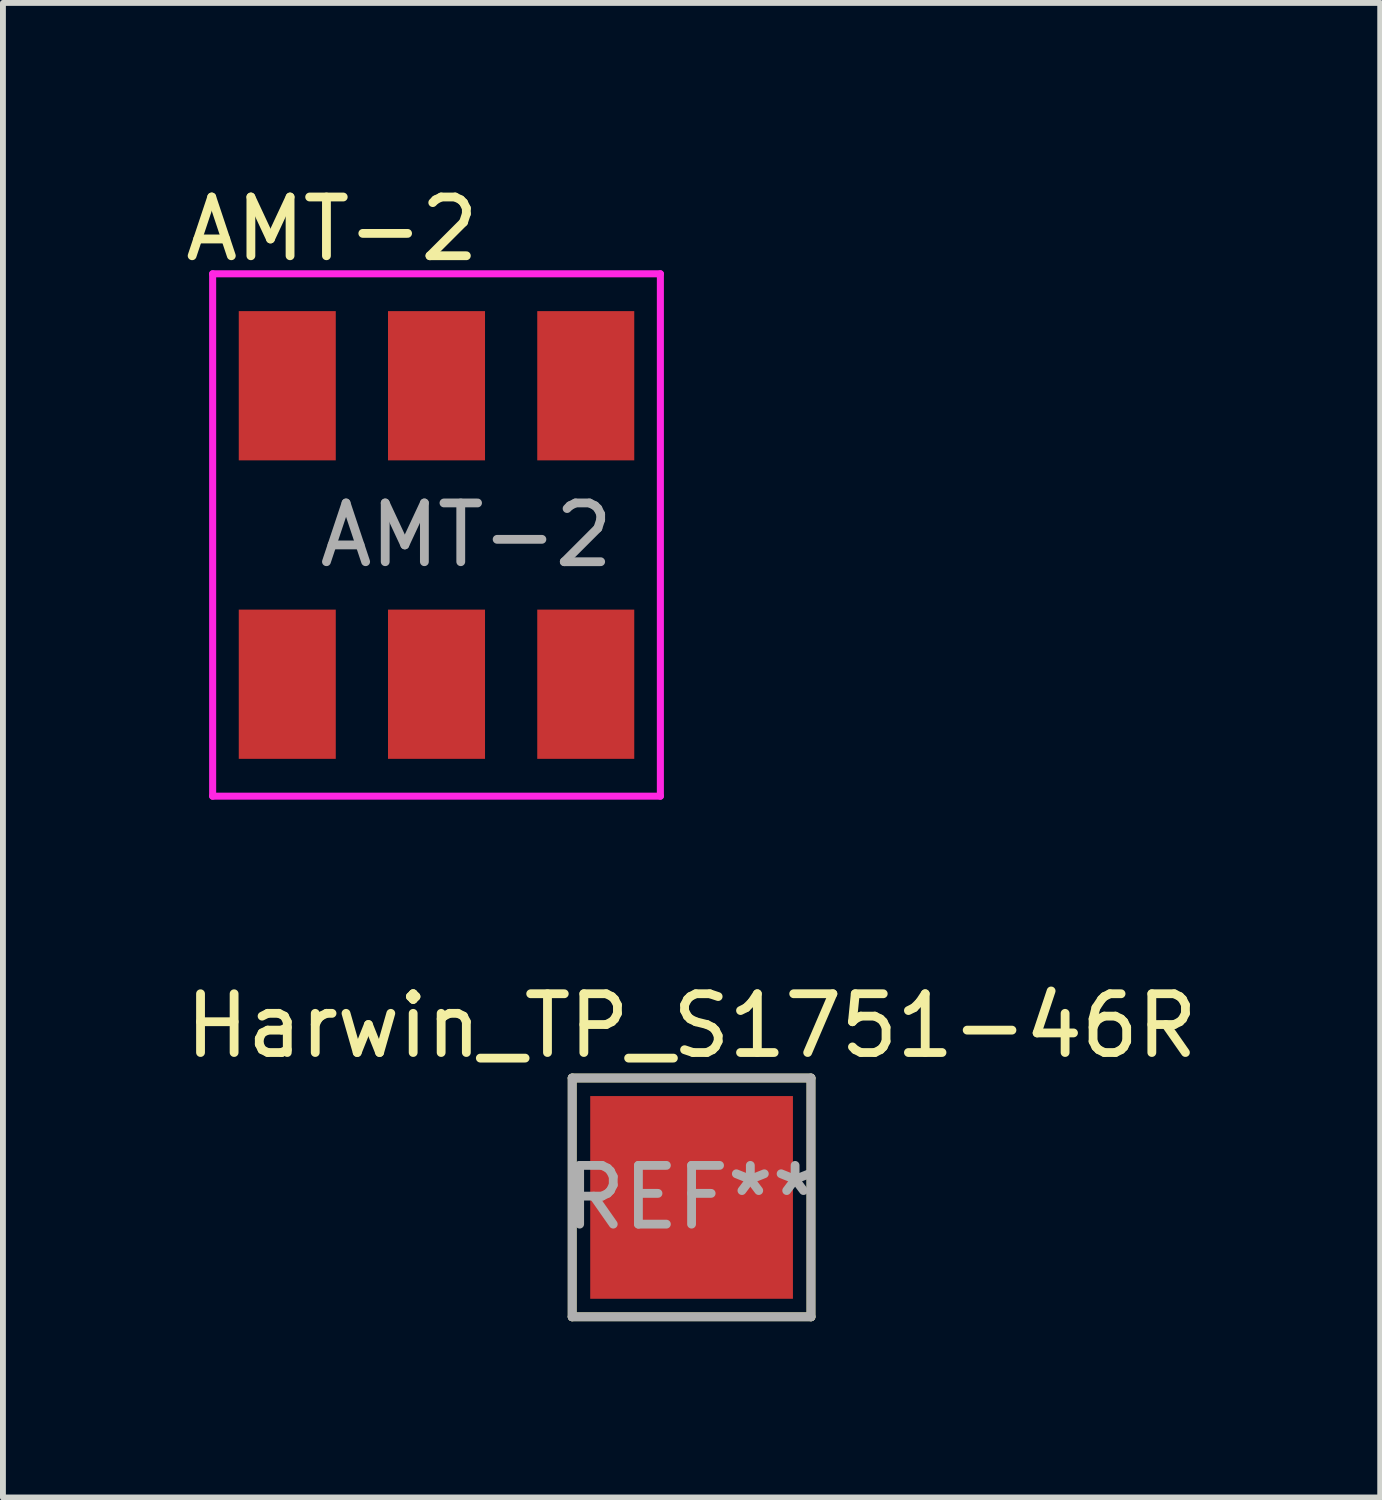
<source format=kicad_pcb>
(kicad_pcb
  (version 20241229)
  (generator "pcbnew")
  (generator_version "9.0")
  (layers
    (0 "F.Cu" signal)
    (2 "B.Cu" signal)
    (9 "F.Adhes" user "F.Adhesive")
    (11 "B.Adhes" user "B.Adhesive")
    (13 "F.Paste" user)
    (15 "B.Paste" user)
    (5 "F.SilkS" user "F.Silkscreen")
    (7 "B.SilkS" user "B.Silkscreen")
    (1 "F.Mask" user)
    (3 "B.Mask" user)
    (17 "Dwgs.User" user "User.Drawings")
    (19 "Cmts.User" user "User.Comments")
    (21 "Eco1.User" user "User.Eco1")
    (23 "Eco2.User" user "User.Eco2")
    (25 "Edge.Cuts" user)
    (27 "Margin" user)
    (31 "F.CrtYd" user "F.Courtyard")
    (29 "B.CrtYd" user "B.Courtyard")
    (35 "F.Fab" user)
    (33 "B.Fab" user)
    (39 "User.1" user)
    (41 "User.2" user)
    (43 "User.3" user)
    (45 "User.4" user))
  (footprint "Harwin_TP_S1751-46R"
    (layer "F.Cu")
    (at 8.72 17.329)
    (property "Reference" "Harwin_TP_S1751-46R" (at 0 -2.921 0) (layer "F.SilkS") (effects (font (size 1 1) (thickness 0.15))))
    (attr through_hole)
    (fp_line (start -2.032 -2.032) (end 2.032 -2.032) (stroke (width 0.15) (type solid)) (layer "F.SilkS"))
    (fp_line (start -2.032 2.032) (end -2.032 -2.032) (stroke (width 0.15) (type solid)) (layer "F.SilkS"))
    (fp_line (start 2.032 -2.032) (end 2.032 2.032) (stroke (width 0.15) (type solid)) (layer "F.SilkS"))
    (fp_line (start 2.032 2.032) (end -2.032 2.032) (stroke (width 0.15) (type solid)) (layer "F.SilkS"))
    (fp_line (start -2.032 -2.032) (end 2.032 -2.032) (stroke (width 0.15) (type solid)) (layer "F.Fab"))
    (fp_line (start -2.032 2.032) (end -2.032 -2.032) (stroke (width 0.15) (type solid)) (layer "F.Fab"))
    (fp_line (start 2.032 -2.032) (end 2.032 2.032) (stroke (width 0.15) (type solid)) (layer "F.Fab"))
    (fp_line (start 2.032 2.032) (end -2.032 2.032) (stroke (width 0.15) (type solid)) (layer "F.Fab"))
    (fp_text user "REF**" (at 0 0 0) (layer "F.Fab") (effects (font (size 1 1) (thickness 0.15))))
    (pad "1" smd rect (at 0 0) (size 3.45 3.45) (layers "F.Cu" "F.Mask" "F.Paste")))
  (footprint "AMT-2"
    (layer "F.Cu")
    (at 1.839 8.595)
    (property "Reference" "AMT-2" (at 0.762 -7.747 0) (layer "F.SilkS") (effects (font (size 1 1) (thickness 0.15))))
    (attr through_hole)
    (fp_line (start -1.27 -6.985) (end 6.35 -6.985) (stroke (width 0.12) (type solid)) (layer "F.CrtYd"))
    (fp_line (start -1.27 1.905) (end -1.27 -6.985) (stroke (width 0.12) (type solid)) (layer "F.CrtYd"))
    (fp_line (start 6.35 -6.985) (end 6.35 1.905) (stroke (width 0.12) (type solid)) (layer "F.CrtYd"))
    (fp_line (start 6.35 1.905) (end -1.27 1.905) (stroke (width 0.12) (type solid)) (layer "F.CrtYd"))
    (fp_text user "${REFERENCE}" (at 3.048 -2.54 0) (layer "F.Fab") (effects (font (size 1 1) (thickness 0.15))))
    (pad "1" smd rect (at 0 0) (size 1.651 2.54) (layers "F.Cu" "F.Mask" "F.Paste"))
    (pad "2" smd rect (at 2.54 0) (size 1.651 2.54) (layers "F.Cu" "F.Mask" "F.Paste"))
    (pad "3" smd rect (at 5.08 0) (size 1.651 2.54) (layers "F.Cu" "F.Mask" "F.Paste"))
    (pad "4" smd rect (at 5.08 -5.08) (size 1.651 2.54) (layers "F.Cu" "F.Mask" "F.Paste"))
    (pad "5" smd rect (at 2.54 -5.08) (size 1.651 2.54) (layers "F.Cu" "F.Mask" "F.Paste"))
    (pad "6" smd rect (at 0 -5.08) (size 1.651 2.54) (layers "F.Cu" "F.Mask" "F.Paste")))
  (gr_rect
    (start -3 -3)
    (end 20.44 22.436)
    (stroke (width 0.1) (type default))
    (fill no)
    (layer "Edge.Cuts")))
</source>
